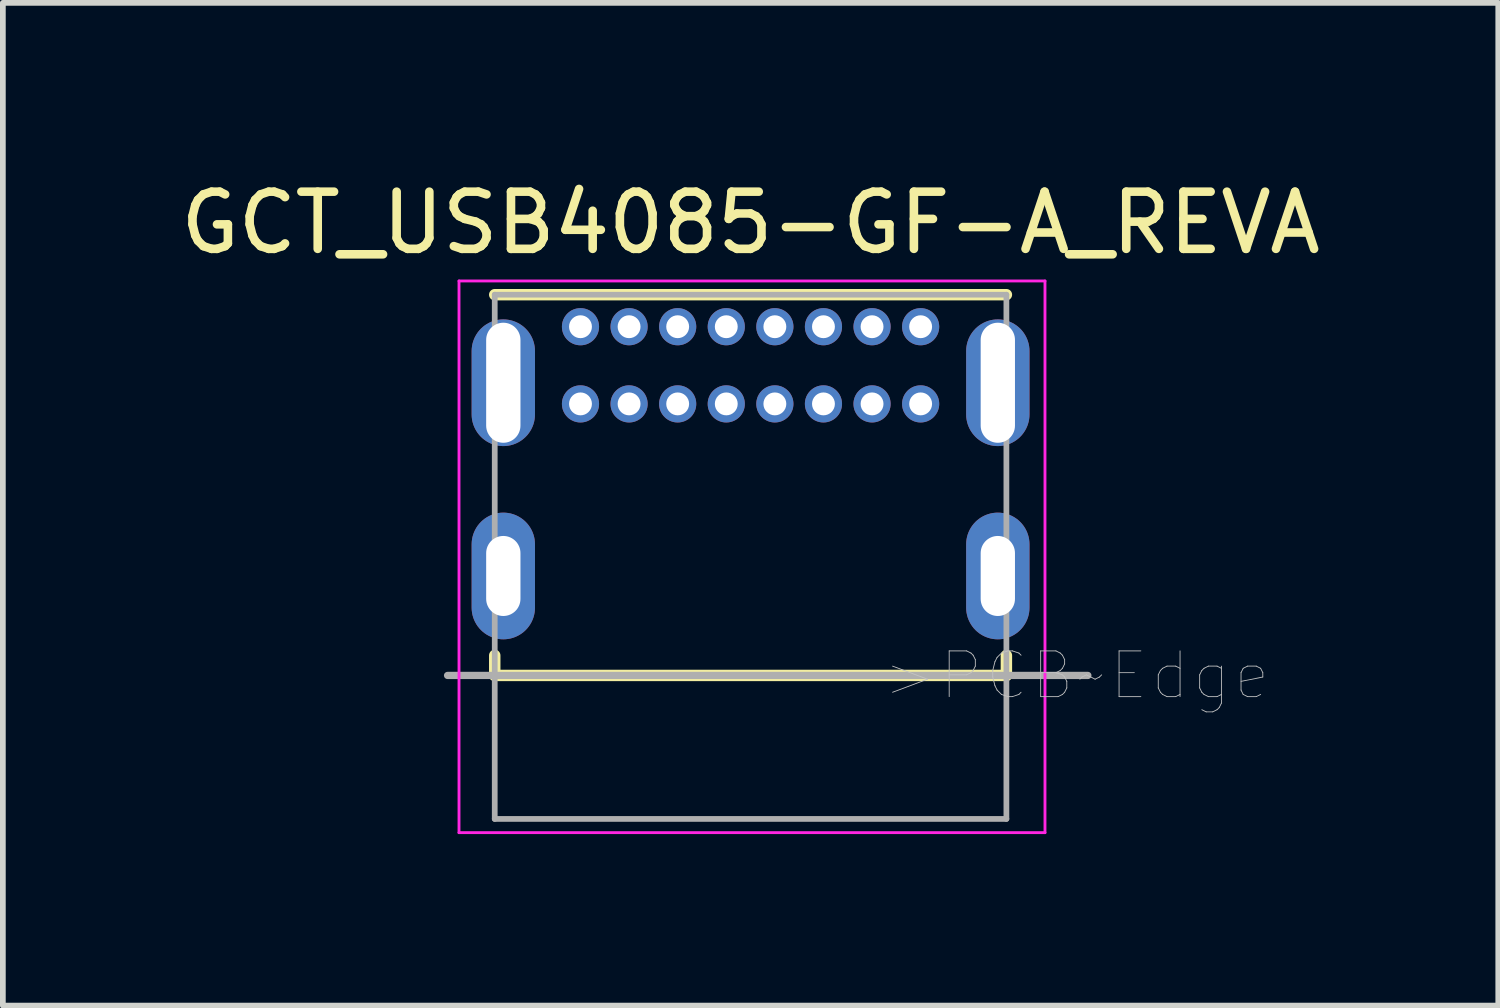
<source format=kicad_pcb>
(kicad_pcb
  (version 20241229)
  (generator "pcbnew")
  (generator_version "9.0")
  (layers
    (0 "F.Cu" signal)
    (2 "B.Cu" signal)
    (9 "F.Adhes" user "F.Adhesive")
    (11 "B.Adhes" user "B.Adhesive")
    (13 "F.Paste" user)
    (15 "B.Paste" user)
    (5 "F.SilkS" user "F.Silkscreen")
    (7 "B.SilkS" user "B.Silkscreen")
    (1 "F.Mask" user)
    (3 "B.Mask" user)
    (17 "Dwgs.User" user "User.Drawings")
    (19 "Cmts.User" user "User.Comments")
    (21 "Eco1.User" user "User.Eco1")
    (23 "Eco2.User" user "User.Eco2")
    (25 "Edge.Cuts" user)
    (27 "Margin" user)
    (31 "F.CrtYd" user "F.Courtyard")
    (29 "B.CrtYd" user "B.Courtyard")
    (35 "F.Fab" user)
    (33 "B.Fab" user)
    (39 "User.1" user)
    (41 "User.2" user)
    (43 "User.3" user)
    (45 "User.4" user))
  (footprint "GCT_USB4085-GF-A_REVA"
    (layer "F.Cu")
    (at 10.079 6.69)
    (property "Reference" "GCT_USB4085-GF-A_REVA" (at 0 -5.842 0) (layer "F.SilkS") (effects (font (size 1 1) (thickness 0.15))))
    (attr through_hole)
    (fp_line (start -4.475 -4.585) (end 4.475 -4.585) (stroke (width 0.2) (type solid)) (layer "F.SilkS"))
    (fp_line (start -4.475 1.725) (end -4.475 2.075) (stroke (width 0.2) (type solid)) (layer "F.SilkS"))
    (fp_line (start -4.475 2.075) (end 4.475 2.075) (stroke (width 0.2) (type solid)) (layer "F.SilkS"))
    (fp_line (start 4.475 2.075) (end 4.475 1.725) (stroke (width 0.2) (type solid)) (layer "F.SilkS"))
    (fp_line (start -5.1 -4.825) (end 5.15 -4.825) (stroke (width 0.05) (type solid)) (layer "F.CrtYd"))
    (fp_line (start -5.1 4.825) (end -5.1 -4.825) (stroke (width 0.05) (type solid)) (layer "F.CrtYd"))
    (fp_line (start 5.15 -4.825) (end 5.15 4.825) (stroke (width 0.05) (type solid)) (layer "F.CrtYd"))
    (fp_line (start 5.15 4.825) (end -5.1 4.825) (stroke (width 0.05) (type solid)) (layer "F.CrtYd"))
    (fp_line (start -5.3 2.075) (end 5.9 2.075) (stroke (width 0.127) (type solid)) (layer "F.Fab"))
    (fp_line (start -4.475 -4.585) (end 4.475 -4.585) (stroke (width 0.1) (type solid)) (layer "F.Fab"))
    (fp_line (start -4.475 4.585) (end -4.475 -4.585) (stroke (width 0.1) (type solid)) (layer "F.Fab"))
    (fp_line (start 4.475 -4.585) (end 4.475 4.585) (stroke (width 0.1) (type solid)) (layer "F.Fab"))
    (fp_line (start 4.475 4.585) (end -4.475 4.585) (stroke (width 0.1) (type solid)) (layer "F.Fab"))
    (fp_text user ">PCB~Edge" (at 5.703 2.076 0) (layer "Dwgs.User") (effects (font (size 0.8 0.8) (thickness 0.015))))
    (pad "A1" thru_hole circle (at -2.975 -4.025) (size 0.65 0.65) (drill 0.4) (layers "*.Cu" "*.Mask"))
    (pad "A4" thru_hole circle (at -2.125 -4.025) (size 0.65 0.65) (drill 0.4) (layers "*.Cu" "*.Mask"))
    (pad "A5" thru_hole circle (at -1.275 -4.025) (size 0.65 0.65) (drill 0.4) (layers "*.Cu" "*.Mask"))
    (pad "A6" thru_hole circle (at -0.425 -4.025) (size 0.65 0.65) (drill 0.4) (layers "*.Cu" "*.Mask"))
    (pad "A7" thru_hole circle (at 0.425 -4.025) (size 0.65 0.65) (drill 0.4) (layers "*.Cu" "*.Mask"))
    (pad "A8" thru_hole circle (at 1.275 -4.025) (size 0.65 0.65) (drill 0.4) (layers "*.Cu" "*.Mask"))
    (pad "A9" thru_hole circle (at 2.125 -4.025) (size 0.65 0.65) (drill 0.4) (layers "*.Cu" "*.Mask"))
    (pad "A12" thru_hole circle (at 2.975 -4.025) (size 0.65 0.65) (drill 0.4) (layers "*.Cu" "*.Mask"))
    (pad "B1" thru_hole circle (at 2.975 -2.675) (size 0.65 0.65) (drill 0.4) (layers "*.Cu" "*.Mask"))
    (pad "B4" thru_hole circle (at 2.125 -2.675) (size 0.65 0.65) (drill 0.4) (layers "*.Cu" "*.Mask"))
    (pad "B5" thru_hole circle (at 1.275 -2.675) (size 0.65 0.65) (drill 0.4) (layers "*.Cu" "*.Mask"))
    (pad "B6" thru_hole circle (at 0.425 -2.675) (size 0.65 0.65) (drill 0.4) (layers "*.Cu" "*.Mask"))
    (pad "B7" thru_hole circle (at -0.425 -2.675) (size 0.65 0.65) (drill 0.4) (layers "*.Cu" "*.Mask"))
    (pad "B8" thru_hole circle (at -1.275 -2.675) (size 0.65 0.65) (drill 0.4) (layers "*.Cu" "*.Mask"))
    (pad "B9" thru_hole circle (at -2.125 -2.675) (size 0.65 0.65) (drill 0.4) (layers "*.Cu" "*.Mask"))
    (pad "B12" thru_hole circle (at -2.975 -2.675) (size 0.65 0.65) (drill 0.4) (layers "*.Cu" "*.Mask"))
    (pad "P1" thru_hole oval (at -4.325 -3.045) (size 1.108 2.216) (drill oval 0.6 2.1) (layers "*.Cu" "*.Mask"))
    (pad "P2" thru_hole oval (at 4.325 -3.045) (size 1.108 2.216) (drill oval 0.6 2.1) (layers "*.Cu" "*.Mask"))
    (pad "P3" thru_hole oval (at 4.325 0.335) (size 1.108 2.216) (drill oval 0.6 1.4) (layers "*.Cu" "*.Mask"))
    (pad "P4" thru_hole oval (at -4.325 0.335) (size 1.108 2.216) (drill oval 0.6 1.4) (layers "*.Cu" "*.Mask")))
  (gr_rect
    (start -3 -3)
    (end 23.158 14.54)
    (stroke (width 0.1) (type default))
    (fill no)
    (layer "Edge.Cuts")))
</source>
